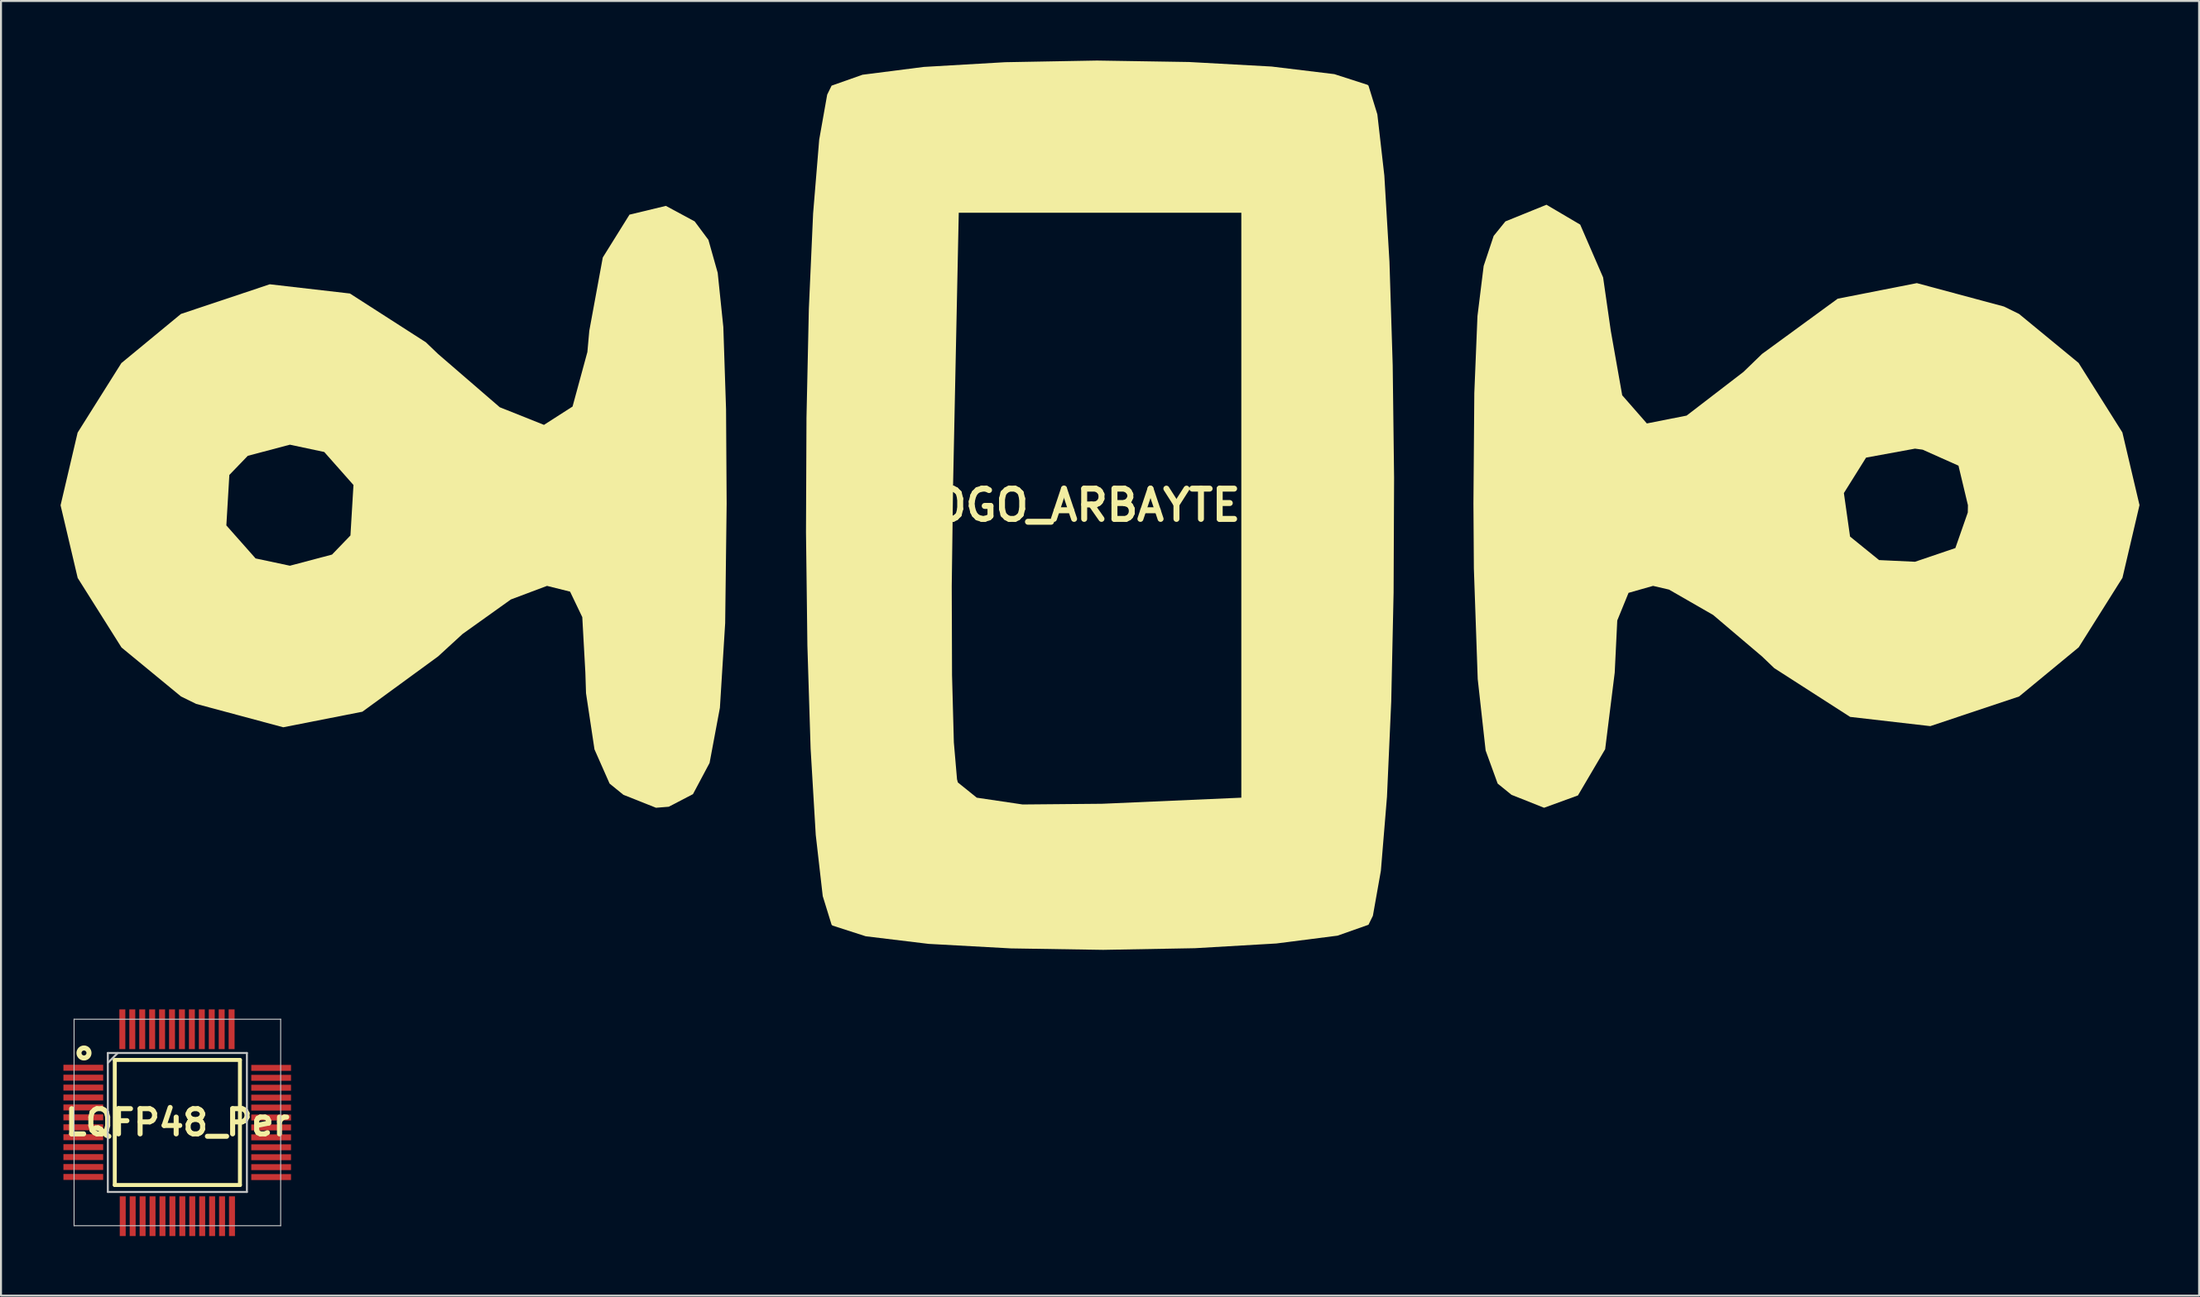
<source format=kicad_pcb>
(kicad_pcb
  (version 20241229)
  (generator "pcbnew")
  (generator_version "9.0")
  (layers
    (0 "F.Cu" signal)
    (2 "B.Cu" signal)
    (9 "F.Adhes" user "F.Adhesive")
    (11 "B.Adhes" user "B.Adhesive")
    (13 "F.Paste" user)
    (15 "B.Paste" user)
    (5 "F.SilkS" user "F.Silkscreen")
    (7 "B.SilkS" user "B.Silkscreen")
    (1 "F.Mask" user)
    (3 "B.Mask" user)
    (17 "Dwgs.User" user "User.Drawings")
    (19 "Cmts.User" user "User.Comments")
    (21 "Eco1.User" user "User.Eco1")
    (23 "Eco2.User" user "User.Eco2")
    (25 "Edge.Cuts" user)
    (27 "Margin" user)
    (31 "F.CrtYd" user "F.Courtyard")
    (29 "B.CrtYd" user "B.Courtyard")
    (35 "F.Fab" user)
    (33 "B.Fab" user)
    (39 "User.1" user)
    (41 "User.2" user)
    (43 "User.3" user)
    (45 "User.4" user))
  (footprint "LQFP48_Per"
    (layer "F.Cu")
    (at 5.878 53.489)
    (property "Reference" "LQFP48_Per" (at 0 0 0) (layer "F.SilkS") (effects (font (size 1.27 1.27) (thickness 0.254))))
    (attr smd)
    (fp_line (start -3.15 -3.15) (end 3.15 -3.15) (stroke (width 0.2) (type solid)) (layer "F.SilkS"))
    (fp_line (start -3.15 3.15) (end -3.15 -3.15) (stroke (width 0.2) (type solid)) (layer "F.SilkS"))
    (fp_line (start 3.15 -3.15) (end 3.15 3.15) (stroke (width 0.2) (type solid)) (layer "F.SilkS"))
    (fp_line (start 3.15 3.15) (end -3.15 3.15) (stroke (width 0.2) (type solid)) (layer "F.SilkS"))
    (fp_circle (center -4.7 -3.5) (end -4.825 -3.5) (stroke (width 0.254) (type solid)) (fill no) (layer "F.SilkS"))
    (fp_line (start -5.2 -5.2) (end 5.2 -5.2) (stroke (width 0.05) (type solid)) (layer "Dwgs.User"))
    (fp_line (start -5.2 5.2) (end -5.2 -5.2) (stroke (width 0.05) (type solid)) (layer "Dwgs.User"))
    (fp_line (start -3.5 -3.5) (end 3.5 -3.5) (stroke (width 0.1) (type solid)) (layer "Dwgs.User"))
    (fp_line (start -3.5 -3) (end -3 -3.5) (stroke (width 0.1) (type solid)) (layer "Dwgs.User"))
    (fp_line (start -3.5 3.5) (end -3.5 -3.5) (stroke (width 0.1) (type solid)) (layer "Dwgs.User"))
    (fp_line (start 3.5 -3.5) (end 3.5 3.5) (stroke (width 0.1) (type solid)) (layer "Dwgs.User"))
    (fp_line (start 3.5 3.5) (end -3.5 3.5) (stroke (width 0.1) (type solid)) (layer "Dwgs.User"))
    (fp_line (start 5.2 -5.2) (end 5.2 5.2) (stroke (width 0.05) (type solid)) (layer "Dwgs.User"))
    (fp_line (start 5.2 5.2) (end -5.2 5.2) (stroke (width 0.05) (type solid)) (layer "Dwgs.User"))
    (pad "1" smd rect (at -4.735 -2.757 90) (size 0.3 2.001) (layers "F.Cu" "F.Mask" "F.Paste"))
    (pad "2" smd rect (at -4.735 -2.257 90) (size 0.3 2.001) (layers "F.Cu" "F.Mask" "F.Paste"))
    (pad "3" smd rect (at -4.735 -1.757 90) (size 0.3 2.001) (layers "F.Cu" "F.Mask" "F.Paste"))
    (pad "4" smd rect (at -4.735 -1.257 90) (size 0.3 2.001) (layers "F.Cu" "F.Mask" "F.Paste"))
    (pad "5" smd rect (at -4.735 -0.757 90) (size 0.3 2.001) (layers "F.Cu" "F.Mask" "F.Paste"))
    (pad "6" smd rect (at -4.735 -0.257 90) (size 0.3 2.001) (layers "F.Cu" "F.Mask" "F.Paste"))
    (pad "7" smd rect (at -4.735 0.243 90) (size 0.3 2.001) (layers "F.Cu" "F.Mask" "F.Paste"))
    (pad "8" smd rect (at -4.735 0.743 90) (size 0.3 2.001) (layers "F.Cu" "F.Mask" "F.Paste"))
    (pad "9" smd rect (at -4.735 1.243 90) (size 0.3 2.001) (layers "F.Cu" "F.Mask" "F.Paste"))
    (pad "10" smd rect (at -4.735 1.743 90) (size 0.3 2.001) (layers "F.Cu" "F.Mask" "F.Paste"))
    (pad "11" smd rect (at -4.735 2.243 90) (size 0.3 2.001) (layers "F.Cu" "F.Mask" "F.Paste"))
    (pad "12" smd rect (at -4.735 2.743 90) (size 0.3 2.001) (layers "F.Cu" "F.Mask" "F.Paste"))
    (pad "13" smd rect (at -2.75 4.721) (size 0.3 2.001) (layers "F.Cu" "F.Mask" "F.Paste"))
    (pad "14" smd rect (at -2.25 4.721) (size 0.3 2.001) (layers "F.Cu" "F.Mask" "F.Paste"))
    (pad "15" smd rect (at -1.75 4.721) (size 0.3 2.001) (layers "F.Cu" "F.Mask" "F.Paste"))
    (pad "16" smd rect (at -1.25 4.721) (size 0.3 2.001) (layers "F.Cu" "F.Mask" "F.Paste"))
    (pad "17" smd rect (at -0.75 4.721) (size 0.3 2.001) (layers "F.Cu" "F.Mask" "F.Paste"))
    (pad "18" smd rect (at -0.25 4.721) (size 0.3 2.001) (layers "F.Cu" "F.Mask" "F.Paste"))
    (pad "19" smd rect (at 0.25 4.721) (size 0.3 2.001) (layers "F.Cu" "F.Mask" "F.Paste"))
    (pad "20" smd rect (at 0.75 4.721) (size 0.3 2.001) (layers "F.Cu" "F.Mask" "F.Paste"))
    (pad "21" smd rect (at 1.25 4.721) (size 0.3 2.001) (layers "F.Cu" "F.Mask" "F.Paste"))
    (pad "22" smd rect (at 1.75 4.721) (size 0.3 2.001) (layers "F.Cu" "F.Mask" "F.Paste"))
    (pad "23" smd rect (at 2.25 4.721) (size 0.3 2.001) (layers "F.Cu" "F.Mask" "F.Paste"))
    (pad "24" smd rect (at 2.75 4.721) (size 0.3 2.001) (layers "F.Cu" "F.Mask" "F.Paste"))
    (pad "25" smd rect (at 4.721 2.75 90) (size 0.3 2.001) (layers "F.Cu" "F.Mask" "F.Paste"))
    (pad "26" smd rect (at 4.721 2.25 90) (size 0.3 2.001) (layers "F.Cu" "F.Mask" "F.Paste"))
    (pad "27" smd rect (at 4.721 1.75 90) (size 0.3 2.001) (layers "F.Cu" "F.Mask" "F.Paste"))
    (pad "28" smd rect (at 4.721 1.25 90) (size 0.3 2.001) (layers "F.Cu" "F.Mask" "F.Paste"))
    (pad "29" smd rect (at 4.721 0.75 90) (size 0.3 2.001) (layers "F.Cu" "F.Mask" "F.Paste"))
    (pad "30" smd rect (at 4.721 0.25 90) (size 0.3 2.001) (layers "F.Cu" "F.Mask" "F.Paste"))
    (pad "31" smd rect (at 4.721 -0.25 90) (size 0.3 2.001) (layers "F.Cu" "F.Mask" "F.Paste"))
    (pad "32" smd rect (at 4.721 -0.75 90) (size 0.3 2.001) (layers "F.Cu" "F.Mask" "F.Paste"))
    (pad "33" smd rect (at 4.721 -1.25 90) (size 0.3 2.001) (layers "F.Cu" "F.Mask" "F.Paste"))
    (pad "34" smd rect (at 4.721 -1.75 90) (size 0.3 2.001) (layers "F.Cu" "F.Mask" "F.Paste"))
    (pad "35" smd rect (at 4.721 -2.25 90) (size 0.3 2.001) (layers "F.Cu" "F.Mask" "F.Paste"))
    (pad "36" smd rect (at 4.721 -2.75 90) (size 0.3 2.001) (layers "F.Cu" "F.Mask" "F.Paste"))
    (pad "37" smd rect (at 2.731 -4.695) (size 0.3 2.001) (layers "F.Cu" "F.Mask" "F.Paste"))
    (pad "38" smd rect (at 2.231 -4.695) (size 0.3 2.001) (layers "F.Cu" "F.Mask" "F.Paste"))
    (pad "39" smd rect (at 1.731 -4.695) (size 0.3 2.001) (layers "F.Cu" "F.Mask" "F.Paste"))
    (pad "40" smd rect (at 1.231 -4.695) (size 0.3 2.001) (layers "F.Cu" "F.Mask" "F.Paste"))
    (pad "41" smd rect (at 0.731 -4.695) (size 0.3 2.001) (layers "F.Cu" "F.Mask" "F.Paste"))
    (pad "42" smd rect (at 0.231 -4.695) (size 0.3 2.001) (layers "F.Cu" "F.Mask" "F.Paste"))
    (pad "43" smd rect (at -0.269 -4.695) (size 0.3 2.001) (layers "F.Cu" "F.Mask" "F.Paste"))
    (pad "44" smd rect (at -0.769 -4.695) (size 0.3 2.001) (layers "F.Cu" "F.Mask" "F.Paste"))
    (pad "45" smd rect (at -1.269 -4.695) (size 0.3 2.001) (layers "F.Cu" "F.Mask" "F.Paste"))
    (pad "46" smd rect (at -1.769 -4.695) (size 0.3 2.001) (layers "F.Cu" "F.Mask" "F.Paste"))
    (pad "47" smd rect (at -2.269 -4.695) (size 0.3 2.001) (layers "F.Cu" "F.Mask" "F.Paste"))
    (pad "48" smd rect (at -2.769 -4.695) (size 0.3 2.001) (layers "F.Cu" "F.Mask" "F.Paste")))
  (footprint "LOGO_ARBAYTEK"
    (layer "F.Cu")
    (at 51.816 22.397)
    (property "Reference" "LOGO_ARBAYTEK" (at 0 0 0) (layer "F.SilkS") (effects (font (size 1.524 1.524) (thickness 0.3))))
    (attr board_only exclude_from_pos_files exclude_from_bom)
    (fp_poly (pts (xy 4.989 -22.324) (xy 9.14 -22.096) (xy 12.303 -21.713) (xy 13.975 -21.174) (xy 14.021 -21.133) (xy 14.467 -19.689) (xy 14.819 -16.604) (xy 15.077 -12.263) (xy 15.24 -7.056) (xy 15.31 -1.37) (xy 15.285 4.408) (xy 15.166 9.889) (xy 14.952 14.687) (xy 14.645 18.413) (xy 14.243 20.68) (xy 14.021 21.133) (xy 12.465 21.682) (xy 9.385 22.076) (xy 5.284 22.314) (xy 0.664 22.397) (xy -3.973 22.324) (xy -8.124 22.096) (xy -11.287 21.713) (xy -12.959 21.174) (xy -13.005 21.133) (xy -13.451 19.689) (xy -13.803 16.604) (xy -14.061 12.263) (xy -14.224 7.056) (xy -14.26 4.086) (xy -6.957 4.086) (xy -6.942 8.563) (xy -6.851 11.943) (xy -6.691 13.805) (xy -6.649 13.965) (xy -5.697 14.732) (xy -3.389 15.074) (xy 0.594 15.039) (xy 0.748 15.033) (xy 7.62 14.732) (xy 7.62 -14.732) (xy -6.604 -14.732) (xy -6.889 -1.067) (xy -6.957 4.086) (xy -14.26 4.086) (xy -14.294 1.37) (xy -14.269 -4.408) (xy -14.15 -9.889) (xy -13.936 -14.687) (xy -13.629 -18.413) (xy -13.227 -20.68) (xy -13.005 -21.133) (xy -11.449 -21.682) (xy -8.369 -22.076) (xy -4.268 -22.314) (xy 0.352 -22.397)) (stroke (width 0) (type solid)) (fill yes) (layer "F.SilkS"))
    (fp_poly (pts (xy 24.679 -14.133) (xy 25.832 -11.473) (xy 26.218 -8.786) (xy 26.793 -5.537) (xy 28.034 -4.118) (xy 30.036 -4.514) (xy 32.893 -6.711) (xy 33.833 -7.62) (xy 37.64 -10.402) (xy 41.625 -11.186) (xy 46.008 -10.008) (xy 46.769 -9.635) (xy 49.766 -7.167) (xy 51.971 -3.665) (xy 52.832 -0.009) (xy 52.832 -0.000001) (xy 51.975 3.656) (xy 49.773 7.158) (xy 46.778 9.63) (xy 46.769 9.635) (xy 42.302 11.128) (xy 38.267 10.663) (xy 34.446 8.207) (xy 33.833 7.62) (xy 31.371 5.529) (xy 29.149 4.251) (xy 28.346 4.064) (xy 27.112 4.415) (xy 26.544 5.807) (xy 26.416 8.433) (xy 25.935 12.29) (xy 24.565 14.619) (xy 22.86 15.24) (xy 21.22 14.588) (xy 20.523 14.021) (xy 19.918 12.356) (xy 19.52 8.759) (xy 19.326 3.193) (xy 19.304 -0.079) (xy 19.308 -0.612) (xy 37.952 -0.612) (xy 38.262 1.579) (xy 39.723 2.764) (xy 41.532 2.849) (xy 43.563 2.159) (xy 44.189 0.367) (xy 44.196 0) (xy 43.72 -1.992) (xy 41.916 -2.797) (xy 41.532 -2.849) (xy 39.069 -2.397) (xy 37.952 -0.612) (xy 19.308 -0.612) (xy 19.348 -5.648) (xy 19.507 -9.526) (xy 19.819 -12.051) (xy 20.322 -13.564) (xy 20.913 -14.295) (xy 22.981 -15.134)) (stroke (width 0) (type solid)) (fill yes) (layer "F.SilkS"))
    (fp_poly (pts (xy -19.897 -14.295) (xy -19.206 -13.366) (xy -18.738 -11.706) (xy -18.455 -8.976) (xy -18.318 -4.836) (xy -18.288 -0.079) (xy -18.362 5.94) (xy -18.627 10.203) (xy -19.147 12.983) (xy -19.983 14.554) (xy -21.2 15.188) (xy -21.844 15.24) (xy -23.484 14.588) (xy -24.181 14.021) (xy -24.941 12.299) (xy -25.367 9.471) (xy -25.4 8.433) (xy -25.555 5.638) (xy -26.17 4.353) (xy -27.33 4.064) (xy -29.149 4.748) (xy -31.58 6.485) (xy -32.817 7.62) (xy -36.624 10.402) (xy -40.609 11.186) (xy -44.992 10.008) (xy -45.753 9.635) (xy -48.75 7.167) (xy -50.955 3.665) (xy -51.578 1.018) (xy -43.472 1.018) (xy -42 2.681) (xy -40.273 3.048) (xy -38.153 2.487) (xy -37.225 1.524) (xy -37.073 -1.018) (xy -38.545 -2.681) (xy -40.273 -3.048) (xy -42.393 -2.487) (xy -43.321 -1.524) (xy -43.472 1.018) (xy -51.578 1.018) (xy -51.816 0.009) (xy -51.816 0) (xy -50.959 -3.656) (xy -48.757 -7.158) (xy -45.762 -9.63) (xy -45.753 -9.635) (xy -41.286 -11.128) (xy -37.251 -10.663) (xy -33.43 -8.207) (xy -32.817 -7.62) (xy -29.71 -4.935) (xy -27.484 -4.046) (xy -26.045 -4.969) (xy -25.298 -7.718) (xy -25.202 -8.786) (xy -24.523 -12.478) (xy -23.179 -14.635) (xy -21.346 -15.077)) (stroke (width 0) (type solid)) (fill yes) (layer "F.SilkS")))
  (gr_rect
    (start -3 -3)
    (end 107.648 62.21)
    (stroke (width 0.1) (type default))
    (fill no)
    (layer "Edge.Cuts")))
</source>
